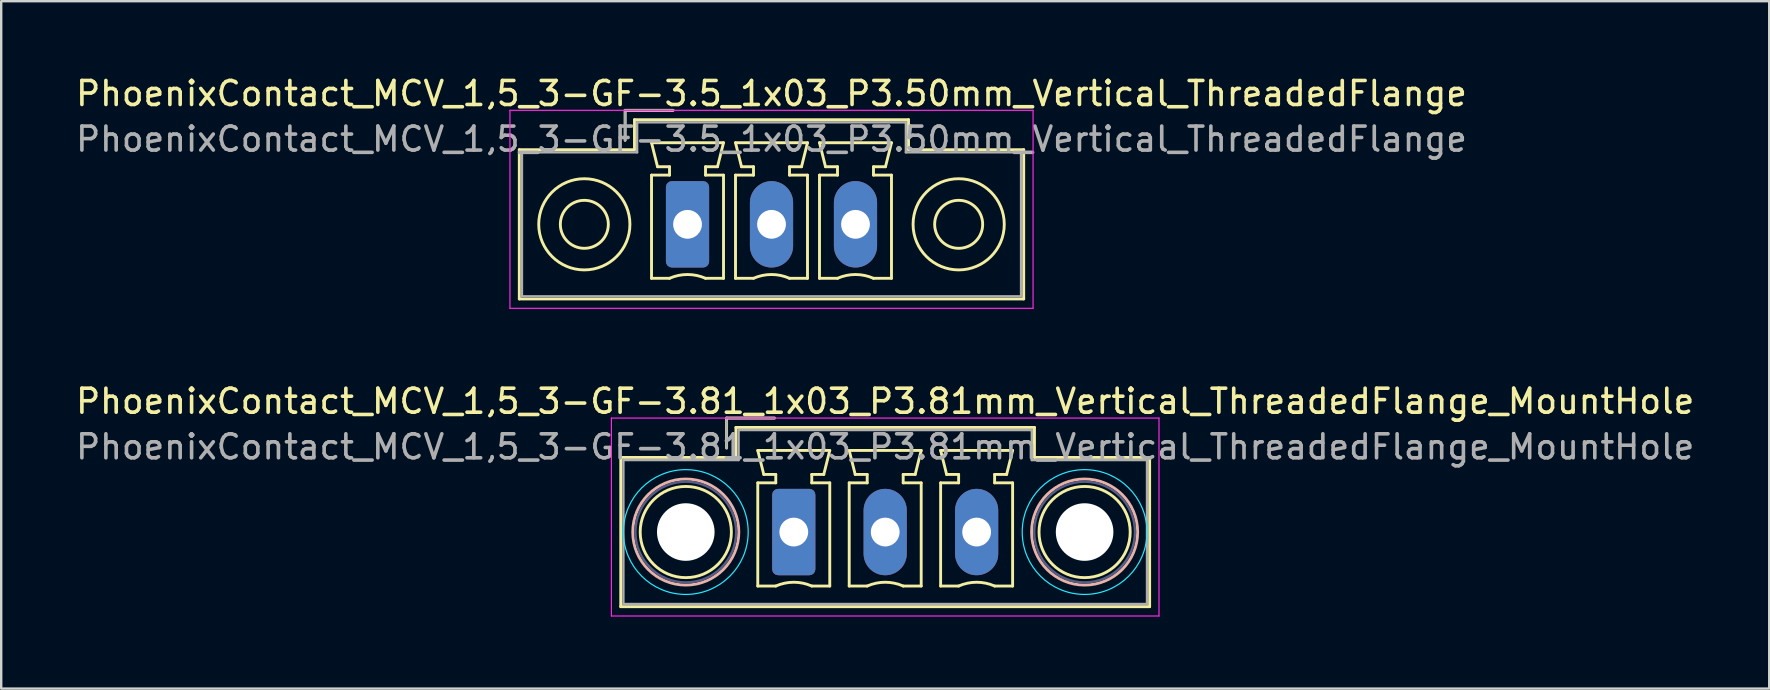
<source format=kicad_pcb>
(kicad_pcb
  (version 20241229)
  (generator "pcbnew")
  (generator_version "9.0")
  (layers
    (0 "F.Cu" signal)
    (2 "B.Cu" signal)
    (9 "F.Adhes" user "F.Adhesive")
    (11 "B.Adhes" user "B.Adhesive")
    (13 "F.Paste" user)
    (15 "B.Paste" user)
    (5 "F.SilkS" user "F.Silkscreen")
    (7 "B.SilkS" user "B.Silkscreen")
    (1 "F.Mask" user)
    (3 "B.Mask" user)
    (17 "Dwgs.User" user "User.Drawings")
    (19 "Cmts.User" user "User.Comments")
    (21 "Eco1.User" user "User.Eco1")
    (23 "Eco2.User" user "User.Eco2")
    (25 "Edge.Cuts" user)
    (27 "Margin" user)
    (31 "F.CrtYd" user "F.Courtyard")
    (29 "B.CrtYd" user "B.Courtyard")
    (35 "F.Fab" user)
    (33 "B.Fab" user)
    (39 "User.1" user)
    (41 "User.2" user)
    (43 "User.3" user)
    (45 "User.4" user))
  (footprint "PhoenixContact_MCV_1,5_3-GF-3.5_1x03_P3.50mm_Vertical_ThreadedFlange"
    (layer "F.Cu")
    (at 25.601 6.298)
    (property "Reference" "PhoenixContact_MCV_1,5_3-GF-3.5_1x03_P3.50mm_Vertical_ThreadedFlange" (at 3.5 -5.45 0) (layer "F.SilkS") (effects (font (size 1 1) (thickness 0.15))))
    (attr through_hole)
    (fp_line (start -7.01 -3.11) (end -7.01 3.11) (stroke (width 0.12) (type solid)) (layer "F.SilkS"))
    (fp_line (start -7.01 3.11) (end 14.01 3.11) (stroke (width 0.12) (type solid)) (layer "F.SilkS"))
    (fp_line (start -2.6 -4.75) (end -0.6 -4.75) (stroke (width 0.12) (type solid)) (layer "F.SilkS"))
    (fp_line (start -2.6 -3.5) (end -2.6 -4.75) (stroke (width 0.12) (type solid)) (layer "F.SilkS"))
    (fp_line (start -2.21 -4.36) (end -2.21 -3.11) (stroke (width 0.12) (type solid)) (layer "F.SilkS"))
    (fp_line (start -2.21 -3.11) (end -7.01 -3.11) (stroke (width 0.12) (type solid)) (layer "F.SilkS"))
    (fp_line (start -1.5 -3.4) (end 1.5 -3.4) (stroke (width 0.12) (type solid)) (layer "F.SilkS"))
    (fp_line (start -1.5 -2.05) (end -0.75 -2.05) (stroke (width 0.12) (type solid)) (layer "F.SilkS"))
    (fp_line (start -1.5 2.25) (end -1.5 -2.05) (stroke (width 0.12) (type solid)) (layer "F.SilkS"))
    (fp_line (start -1.25 -2.4) (end -1.5 -3.4) (stroke (width 0.12) (type solid)) (layer "F.SilkS"))
    (fp_line (start -0.75 -2.4) (end -1.25 -2.4) (stroke (width 0.12) (type solid)) (layer "F.SilkS"))
    (fp_line (start -0.75 -2.05) (end -0.75 -2.4) (stroke (width 0.12) (type solid)) (layer "F.SilkS"))
    (fp_line (start -0.75 2.25) (end -1.5 2.25) (stroke (width 0.12) (type solid)) (layer "F.SilkS"))
    (fp_line (start 0.75 -2.4) (end 0.75 -2.05) (stroke (width 0.12) (type solid)) (layer "F.SilkS"))
    (fp_line (start 0.75 -2.05) (end 1.5 -2.05) (stroke (width 0.12) (type solid)) (layer "F.SilkS"))
    (fp_line (start 1.25 -2.4) (end 0.75 -2.4) (stroke (width 0.12) (type solid)) (layer "F.SilkS"))
    (fp_line (start 1.5 -3.4) (end 1.25 -2.4) (stroke (width 0.12) (type solid)) (layer "F.SilkS"))
    (fp_line (start 1.5 -2.05) (end 1.5 2.25) (stroke (width 0.12) (type solid)) (layer "F.SilkS"))
    (fp_line (start 1.5 2.25) (end 0.75 2.25) (stroke (width 0.12) (type solid)) (layer "F.SilkS"))
    (fp_line (start 2 -3.4) (end 5 -3.4) (stroke (width 0.12) (type solid)) (layer "F.SilkS"))
    (fp_line (start 2 -2.05) (end 2.75 -2.05) (stroke (width 0.12) (type solid)) (layer "F.SilkS"))
    (fp_line (start 2 2.25) (end 2 -2.05) (stroke (width 0.12) (type solid)) (layer "F.SilkS"))
    (fp_line (start 2.25 -2.4) (end 2 -3.4) (stroke (width 0.12) (type solid)) (layer "F.SilkS"))
    (fp_line (start 2.75 -2.4) (end 2.25 -2.4) (stroke (width 0.12) (type solid)) (layer "F.SilkS"))
    (fp_line (start 2.75 -2.05) (end 2.75 -2.4) (stroke (width 0.12) (type solid)) (layer "F.SilkS"))
    (fp_line (start 2.75 2.25) (end 2 2.25) (stroke (width 0.12) (type solid)) (layer "F.SilkS"))
    (fp_line (start 4.25 -2.4) (end 4.25 -2.05) (stroke (width 0.12) (type solid)) (layer "F.SilkS"))
    (fp_line (start 4.25 -2.05) (end 5 -2.05) (stroke (width 0.12) (type solid)) (layer "F.SilkS"))
    (fp_line (start 4.75 -2.4) (end 4.25 -2.4) (stroke (width 0.12) (type solid)) (layer "F.SilkS"))
    (fp_line (start 5 -3.4) (end 4.75 -2.4) (stroke (width 0.12) (type solid)) (layer "F.SilkS"))
    (fp_line (start 5 -2.05) (end 5 2.25) (stroke (width 0.12) (type solid)) (layer "F.SilkS"))
    (fp_line (start 5 2.25) (end 4.25 2.25) (stroke (width 0.12) (type solid)) (layer "F.SilkS"))
    (fp_line (start 5.5 -3.4) (end 8.5 -3.4) (stroke (width 0.12) (type solid)) (layer "F.SilkS"))
    (fp_line (start 5.5 -2.05) (end 6.25 -2.05) (stroke (width 0.12) (type solid)) (layer "F.SilkS"))
    (fp_line (start 5.5 2.25) (end 5.5 -2.05) (stroke (width 0.12) (type solid)) (layer "F.SilkS"))
    (fp_line (start 5.75 -2.4) (end 5.5 -3.4) (stroke (width 0.12) (type solid)) (layer "F.SilkS"))
    (fp_line (start 6.25 -2.4) (end 5.75 -2.4) (stroke (width 0.12) (type solid)) (layer "F.SilkS"))
    (fp_line (start 6.25 -2.05) (end 6.25 -2.4) (stroke (width 0.12) (type solid)) (layer "F.SilkS"))
    (fp_line (start 6.25 2.25) (end 5.5 2.25) (stroke (width 0.12) (type solid)) (layer "F.SilkS"))
    (fp_line (start 7.75 -2.4) (end 7.75 -2.05) (stroke (width 0.12) (type solid)) (layer "F.SilkS"))
    (fp_line (start 7.75 -2.05) (end 8.5 -2.05) (stroke (width 0.12) (type solid)) (layer "F.SilkS"))
    (fp_line (start 8.25 -2.4) (end 7.75 -2.4) (stroke (width 0.12) (type solid)) (layer "F.SilkS"))
    (fp_line (start 8.5 -3.4) (end 8.25 -2.4) (stroke (width 0.12) (type solid)) (layer "F.SilkS"))
    (fp_line (start 8.5 -2.05) (end 8.5 2.25) (stroke (width 0.12) (type solid)) (layer "F.SilkS"))
    (fp_line (start 8.5 2.25) (end 7.75 2.25) (stroke (width 0.12) (type solid)) (layer "F.SilkS"))
    (fp_line (start 9.21 -4.36) (end -2.21 -4.36) (stroke (width 0.12) (type solid)) (layer "F.SilkS"))
    (fp_line (start 9.21 -3.11) (end 9.21 -4.36) (stroke (width 0.12) (type solid)) (layer "F.SilkS"))
    (fp_line (start 14.01 -3.11) (end 9.21 -3.11) (stroke (width 0.12) (type solid)) (layer "F.SilkS"))
    (fp_line (start 14.01 3.11) (end 14.01 -3.11) (stroke (width 0.12) (type solid)) (layer "F.SilkS"))
    (fp_arc (start -0.75 2.25) (mid -0.000193 2.09191) (end 0.749647 2.249844) (stroke (width 0.12) (type solid)) (layer "F.SilkS"))
    (fp_arc (start 2.75 2.25) (mid 3.499807 2.09191) (end 4.249647 2.249844) (stroke (width 0.12) (type solid)) (layer "F.SilkS"))
    (fp_arc (start 6.25 2.25) (mid 6.999807 2.09191) (end 7.749647 2.249844) (stroke (width 0.12) (type solid)) (layer "F.SilkS"))
    (fp_circle (center -4.3 0) (end -3.3 0) (stroke (width 0.12) (type solid)) (fill no) (layer "F.SilkS"))
    (fp_circle (center -4.3 0) (end -2.4 0) (stroke (width 0.12) (type solid)) (fill no) (layer "F.SilkS"))
    (fp_circle (center 11.3 0) (end 12.3 0) (stroke (width 0.12) (type solid)) (fill no) (layer "F.SilkS"))
    (fp_circle (center 11.3 0) (end 13.2 0) (stroke (width 0.12) (type solid)) (fill no) (layer "F.SilkS"))
    (fp_line (start -7.4 -4.75) (end -7.4 3.5) (stroke (width 0.05) (type solid)) (layer "F.CrtYd"))
    (fp_line (start -7.4 3.5) (end 14.4 3.5) (stroke (width 0.05) (type solid)) (layer "F.CrtYd"))
    (fp_line (start 14.4 -4.75) (end -7.4 -4.75) (stroke (width 0.05) (type solid)) (layer "F.CrtYd"))
    (fp_line (start 14.4 3.5) (end 14.4 -4.75) (stroke (width 0.05) (type solid)) (layer "F.CrtYd"))
    (fp_line (start -6.9 -3) (end -6.9 3) (stroke (width 0.1) (type solid)) (layer "F.Fab"))
    (fp_line (start -6.9 3) (end 13.9 3) (stroke (width 0.1) (type solid)) (layer "F.Fab"))
    (fp_line (start -2.6 -4.75) (end -0.6 -4.75) (stroke (width 0.1) (type solid)) (layer "F.Fab"))
    (fp_line (start -2.6 -3.5) (end -2.6 -4.75) (stroke (width 0.1) (type solid)) (layer "F.Fab"))
    (fp_line (start -2.1 -4.25) (end -2.1 -3) (stroke (width 0.1) (type solid)) (layer "F.Fab"))
    (fp_line (start -2.1 -3) (end -6.9 -3) (stroke (width 0.1) (type solid)) (layer "F.Fab"))
    (fp_line (start 9.1 -4.25) (end -2.1 -4.25) (stroke (width 0.1) (type solid)) (layer "F.Fab"))
    (fp_line (start 9.1 -3) (end 9.1 -4.25) (stroke (width 0.1) (type solid)) (layer "F.Fab"))
    (fp_line (start 13.9 -3) (end 9.1 -3) (stroke (width 0.1) (type solid)) (layer "F.Fab"))
    (fp_line (start 13.9 3) (end 13.9 -3) (stroke (width 0.1) (type solid)) (layer "F.Fab"))
    (fp_text user "${REFERENCE}" (at 3.5 -3.55 0) (layer "F.Fab") (effects (font (size 1 1) (thickness 0.15))))
    (pad "1" thru_hole roundrect (at 0 0) (size 1.8 3.6) (drill 1.2) (layers "*.Cu" "*.Mask") (roundrect_rratio 0.139))
    (pad "2" thru_hole oval (at 3.5 0) (size 1.8 3.6) (drill 1.2) (layers "*.Cu" "*.Mask"))
    (pad "3" thru_hole oval (at 7 0) (size 1.8 3.6) (drill 1.2) (layers "*.Cu" "*.Mask")))
  (footprint "PhoenixContact_MCV_1,5_3-GF-3.81_1x03_P3.81mm_Vertical_ThreadedFlange_MountHole"
    (layer "F.Cu")
    (at 30.029 19.122)
    (property "Reference" "PhoenixContact_MCV_1,5_3-GF-3.81_1x03_P3.81mm_Vertical_ThreadedFlange_MountHole" (at 3.81 -5.45 0) (layer "F.SilkS") (effects (font (size 1 1) (thickness 0.15))))
    (attr through_hole)
    (fp_line (start -7.21 -3.11) (end -7.21 3.11) (stroke (width 0.12) (type solid)) (layer "F.SilkS"))
    (fp_line (start -7.21 3.11) (end 14.83 3.11) (stroke (width 0.12) (type solid)) (layer "F.SilkS"))
    (fp_line (start -2.8 -4.75) (end -0.8 -4.75) (stroke (width 0.12) (type solid)) (layer "F.SilkS"))
    (fp_line (start -2.8 -3.5) (end -2.8 -4.75) (stroke (width 0.12) (type solid)) (layer "F.SilkS"))
    (fp_line (start -2.41 -4.36) (end -2.41 -3.11) (stroke (width 0.12) (type solid)) (layer "F.SilkS"))
    (fp_line (start -2.41 -3.11) (end -7.21 -3.11) (stroke (width 0.12) (type solid)) (layer "F.SilkS"))
    (fp_line (start -1.5 -3.4) (end 1.5 -3.4) (stroke (width 0.12) (type solid)) (layer "F.SilkS"))
    (fp_line (start -1.5 -2.05) (end -0.75 -2.05) (stroke (width 0.12) (type solid)) (layer "F.SilkS"))
    (fp_line (start -1.5 2.25) (end -1.5 -2.05) (stroke (width 0.12) (type solid)) (layer "F.SilkS"))
    (fp_line (start -1.25 -2.4) (end -1.5 -3.4) (stroke (width 0.12) (type solid)) (layer "F.SilkS"))
    (fp_line (start -0.75 -2.4) (end -1.25 -2.4) (stroke (width 0.12) (type solid)) (layer "F.SilkS"))
    (fp_line (start -0.75 -2.05) (end -0.75 -2.4) (stroke (width 0.12) (type solid)) (layer "F.SilkS"))
    (fp_line (start -0.75 2.25) (end -1.5 2.25) (stroke (width 0.12) (type solid)) (layer "F.SilkS"))
    (fp_line (start 0.75 -2.4) (end 0.75 -2.05) (stroke (width 0.12) (type solid)) (layer "F.SilkS"))
    (fp_line (start 0.75 -2.05) (end 1.5 -2.05) (stroke (width 0.12) (type solid)) (layer "F.SilkS"))
    (fp_line (start 1.25 -2.4) (end 0.75 -2.4) (stroke (width 0.12) (type solid)) (layer "F.SilkS"))
    (fp_line (start 1.5 -3.4) (end 1.25 -2.4) (stroke (width 0.12) (type solid)) (layer "F.SilkS"))
    (fp_line (start 1.5 -2.05) (end 1.5 2.25) (stroke (width 0.12) (type solid)) (layer "F.SilkS"))
    (fp_line (start 1.5 2.25) (end 0.75 2.25) (stroke (width 0.12) (type solid)) (layer "F.SilkS"))
    (fp_line (start 2.31 -3.4) (end 5.31 -3.4) (stroke (width 0.12) (type solid)) (layer "F.SilkS"))
    (fp_line (start 2.31 -2.05) (end 3.06 -2.05) (stroke (width 0.12) (type solid)) (layer "F.SilkS"))
    (fp_line (start 2.31 2.25) (end 2.31 -2.05) (stroke (width 0.12) (type solid)) (layer "F.SilkS"))
    (fp_line (start 2.56 -2.4) (end 2.31 -3.4) (stroke (width 0.12) (type solid)) (layer "F.SilkS"))
    (fp_line (start 3.06 -2.4) (end 2.56 -2.4) (stroke (width 0.12) (type solid)) (layer "F.SilkS"))
    (fp_line (start 3.06 -2.05) (end 3.06 -2.4) (stroke (width 0.12) (type solid)) (layer "F.SilkS"))
    (fp_line (start 3.06 2.25) (end 2.31 2.25) (stroke (width 0.12) (type solid)) (layer "F.SilkS"))
    (fp_line (start 4.56 -2.4) (end 4.56 -2.05) (stroke (width 0.12) (type solid)) (layer "F.SilkS"))
    (fp_line (start 4.56 -2.05) (end 5.31 -2.05) (stroke (width 0.12) (type solid)) (layer "F.SilkS"))
    (fp_line (start 5.06 -2.4) (end 4.56 -2.4) (stroke (width 0.12) (type solid)) (layer "F.SilkS"))
    (fp_line (start 5.31 -3.4) (end 5.06 -2.4) (stroke (width 0.12) (type solid)) (layer "F.SilkS"))
    (fp_line (start 5.31 -2.05) (end 5.31 2.25) (stroke (width 0.12) (type solid)) (layer "F.SilkS"))
    (fp_line (start 5.31 2.25) (end 4.56 2.25) (stroke (width 0.12) (type solid)) (layer "F.SilkS"))
    (fp_line (start 6.12 -3.4) (end 9.12 -3.4) (stroke (width 0.12) (type solid)) (layer "F.SilkS"))
    (fp_line (start 6.12 -2.05) (end 6.87 -2.05) (stroke (width 0.12) (type solid)) (layer "F.SilkS"))
    (fp_line (start 6.12 2.25) (end 6.12 -2.05) (stroke (width 0.12) (type solid)) (layer "F.SilkS"))
    (fp_line (start 6.37 -2.4) (end 6.12 -3.4) (stroke (width 0.12) (type solid)) (layer "F.SilkS"))
    (fp_line (start 6.87 -2.4) (end 6.37 -2.4) (stroke (width 0.12) (type solid)) (layer "F.SilkS"))
    (fp_line (start 6.87 -2.05) (end 6.87 -2.4) (stroke (width 0.12) (type solid)) (layer "F.SilkS"))
    (fp_line (start 6.87 2.25) (end 6.12 2.25) (stroke (width 0.12) (type solid)) (layer "F.SilkS"))
    (fp_line (start 8.37 -2.4) (end 8.37 -2.05) (stroke (width 0.12) (type solid)) (layer "F.SilkS"))
    (fp_line (start 8.37 -2.05) (end 9.12 -2.05) (stroke (width 0.12) (type solid)) (layer "F.SilkS"))
    (fp_line (start 8.87 -2.4) (end 8.37 -2.4) (stroke (width 0.12) (type solid)) (layer "F.SilkS"))
    (fp_line (start 9.12 -3.4) (end 8.87 -2.4) (stroke (width 0.12) (type solid)) (layer "F.SilkS"))
    (fp_line (start 9.12 -2.05) (end 9.12 2.25) (stroke (width 0.12) (type solid)) (layer "F.SilkS"))
    (fp_line (start 9.12 2.25) (end 8.37 2.25) (stroke (width 0.12) (type solid)) (layer "F.SilkS"))
    (fp_line (start 10.03 -4.36) (end -2.41 -4.36) (stroke (width 0.12) (type solid)) (layer "F.SilkS"))
    (fp_line (start 10.03 -3.11) (end 10.03 -4.36) (stroke (width 0.12) (type solid)) (layer "F.SilkS"))
    (fp_line (start 14.83 -3.11) (end 10.03 -3.11) (stroke (width 0.12) (type solid)) (layer "F.SilkS"))
    (fp_line (start 14.83 3.11) (end 14.83 -3.11) (stroke (width 0.12) (type solid)) (layer "F.SilkS"))
    (fp_arc (start -0.75 2.25) (mid -0.000193 2.09191) (end 0.749647 2.249844) (stroke (width 0.12) (type solid)) (layer "F.SilkS"))
    (fp_arc (start 3.06 2.25) (mid 3.809807 2.09191) (end 4.559647 2.249844) (stroke (width 0.12) (type solid)) (layer "F.SilkS"))
    (fp_arc (start 6.87 2.25) (mid 7.619807 2.09191) (end 8.369647 2.249844) (stroke (width 0.12) (type solid)) (layer "F.SilkS"))
    (fp_circle (center -4.5 0) (end -2.6 0) (stroke (width 0.12) (type solid)) (fill no) (layer "F.SilkS"))
    (fp_circle (center 12.12 0) (end 14.02 0) (stroke (width 0.12) (type solid)) (fill no) (layer "F.SilkS"))
    (fp_circle (center -4.5 0) (end -2.29 0) (stroke (width 0.12) (type solid)) (fill no) (layer "B.SilkS"))
    (fp_circle (center 12.12 0) (end 14.33 0) (stroke (width 0.12) (type solid)) (fill no) (layer "B.SilkS"))
    (fp_circle (center -4.5 0) (end -1.9 0) (stroke (width 0.05) (type solid)) (fill no) (layer "B.CrtYd"))
    (fp_circle (center 12.12 0) (end 14.72 0) (stroke (width 0.05) (type solid)) (fill no) (layer "B.CrtYd"))
    (fp_line (start -7.6 -4.75) (end -7.6 3.5) (stroke (width 0.05) (type solid)) (layer "F.CrtYd"))
    (fp_line (start -7.6 3.5) (end 15.22 3.5) (stroke (width 0.05) (type solid)) (layer "F.CrtYd"))
    (fp_line (start 15.22 -4.75) (end -7.6 -4.75) (stroke (width 0.05) (type solid)) (layer "F.CrtYd"))
    (fp_line (start 15.22 3.5) (end 15.22 -4.75) (stroke (width 0.05) (type solid)) (layer "F.CrtYd"))
    (fp_circle (center -4.5 0) (end -2.4 0) (stroke (width 0.1) (type solid)) (fill no) (layer "B.Fab"))
    (fp_circle (center 12.12 0) (end 14.22 0) (stroke (width 0.1) (type solid)) (fill no) (layer "B.Fab"))
    (fp_line (start -7.1 -3) (end -7.1 3) (stroke (width 0.1) (type solid)) (layer "F.Fab"))
    (fp_line (start -7.1 3) (end 14.72 3) (stroke (width 0.1) (type solid)) (layer "F.Fab"))
    (fp_line (start -2.8 -4.75) (end -0.8 -4.75) (stroke (width 0.1) (type solid)) (layer "F.Fab"))
    (fp_line (start -2.8 -3.5) (end -2.8 -4.75) (stroke (width 0.1) (type solid)) (layer "F.Fab"))
    (fp_line (start -2.3 -4.25) (end -2.3 -3) (stroke (width 0.1) (type solid)) (layer "F.Fab"))
    (fp_line (start -2.3 -3) (end -7.1 -3) (stroke (width 0.1) (type solid)) (layer "F.Fab"))
    (fp_line (start 9.92 -4.25) (end -2.3 -4.25) (stroke (width 0.1) (type solid)) (layer "F.Fab"))
    (fp_line (start 9.92 -3) (end 9.92 -4.25) (stroke (width 0.1) (type solid)) (layer "F.Fab"))
    (fp_line (start 14.72 -3) (end 9.92 -3) (stroke (width 0.1) (type solid)) (layer "F.Fab"))
    (fp_line (start 14.72 3) (end 14.72 -3) (stroke (width 0.1) (type solid)) (layer "F.Fab"))
    (fp_text user "${REFERENCE}" (at 3.81 -3.55 0) (layer "F.Fab") (effects (font (size 1 1) (thickness 0.15))))
    (pad "" np_thru_hole circle (at -4.5 0) (size 2.4 2.4) (drill 2.4) (layers "*.Cu" "*.Mask"))
    (pad "" np_thru_hole circle (at 12.12 0) (size 2.4 2.4) (drill 2.4) (layers "*.Cu" "*.Mask"))
    (pad "1" thru_hole roundrect (at 0 0) (size 1.8 3.6) (drill 1.2) (layers "*.Cu" "*.Mask") (roundrect_rratio 0.139))
    (pad "2" thru_hole oval (at 3.81 0) (size 1.8 3.6) (drill 1.2) (layers "*.Cu" "*.Mask"))
    (pad "3" thru_hole oval (at 7.62 0) (size 1.8 3.6) (drill 1.2) (layers "*.Cu" "*.Mask")))
  (gr_rect
    (start -3 -3)
    (end 70.679 25.646)
    (stroke (width 0.1) (type default))
    (fill no)
    (layer "Edge.Cuts")))
</source>
